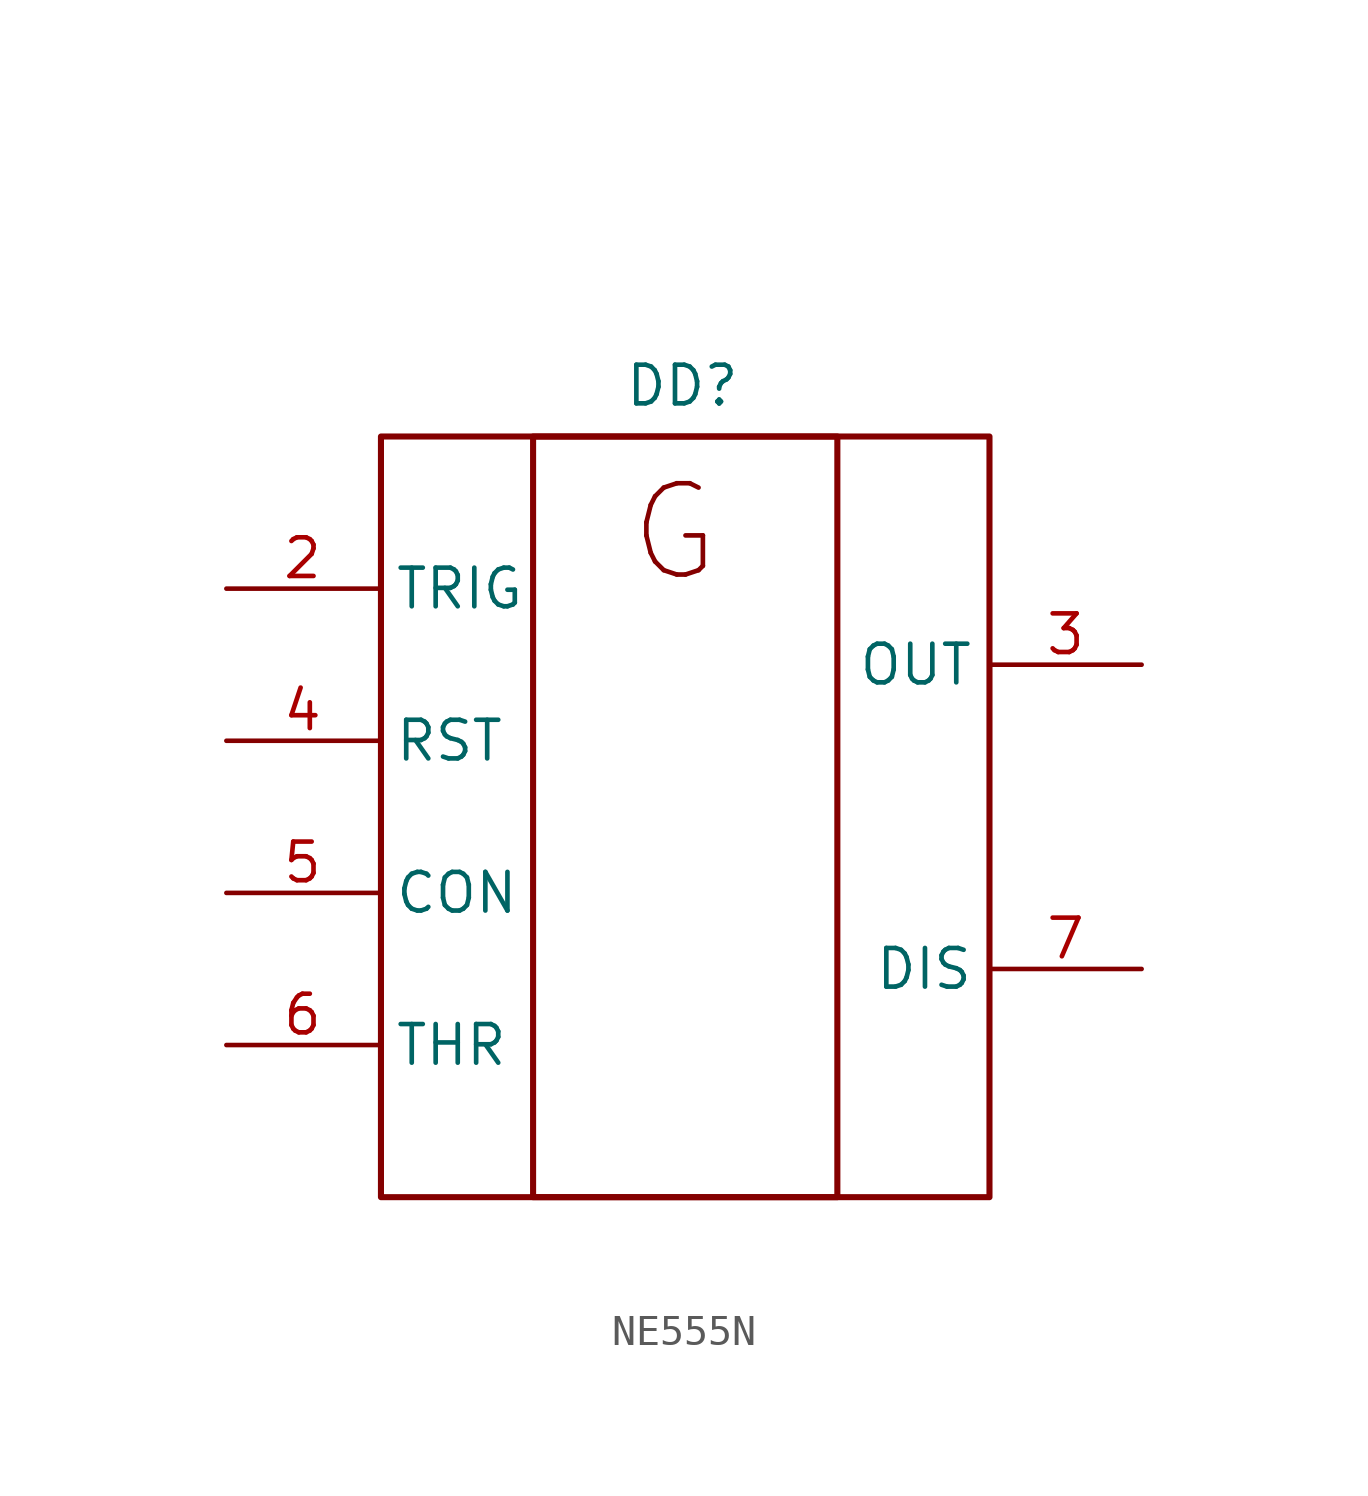
<source format=kicad_sym>
(kicad_symbol_lib
  (version 20231120)
  (generator "kicad_symbol_editor")
  (generator_version "8.0")
  (symbol "NE555N"
    (property "Reference" "DD"
      (at 9.906 26.67 0)
      (effects (font (size 1.27 1.27))))
    (property "Value" ""
      (at 0 0 0)
      (effects (font (size 1.27 1.27))))
    (symbol "NE555N_0_1"
      (rectangle (start 0 25) (end 20 0) (stroke (width 0.2) (type default)) (fill (type none)))
      (rectangle (start 5 25) (end 15 0) (stroke (width 0.2) (type default)) (fill (type none))))
    (symbol "NE555N_1_0"
      (text "G" (at 9.652 21.844 0) (effects (font (size 3 3)))))
    (symbol "NE555N_1_1"
      (pin power_out line (at 7.112 29.21 0) (length 5) hide (name "GND" (effects (font (size 1.27 1.27)))) (number "1" (effects (font (size 1.27 1.27)))))
      (pin power_out line (at -5.08 20 0) (length 5) (name "TRIG" (effects (font (size 1.27 1.27)))) (number "2" (effects (font (size 1.27 1.27)))))
      (pin power_out line (at 25 17.5 180) (length 5) (name "OUT" (effects (font (size 1.27 1.27)))) (number "3" (effects (font (size 1.27 1.27)))))
      (pin power_out line (at -5.08 15 0) (length 5) (name "RST" (effects (font (size 1.27 1.27)))) (number "4" (effects (font (size 1.27 1.27)))))
      (pin power_out line (at -5.08 10 0) (length 5) (name "CON" (effects (font (size 1.27 1.27)))) (number "5" (effects (font (size 1.27 1.27)))))
      (pin power_out line (at -5.08 5 0) (length 5) (name "THR" (effects (font (size 1.27 1.27)))) (number "6" (effects (font (size 1.27 1.27)))))
      (pin power_out line (at 25 7.5 180) (length 5) (name "DIS" (effects (font (size 1.27 1.27)))) (number "7" (effects (font (size 1.27 1.27)))))
      (pin power_in line (at 7.112 31.75 0) (length 5) hide (name "VCC" (effects (font (size 1.27 1.27)))) (number "8" (effects (font (size 1.27 1.27))))))))
</source>
